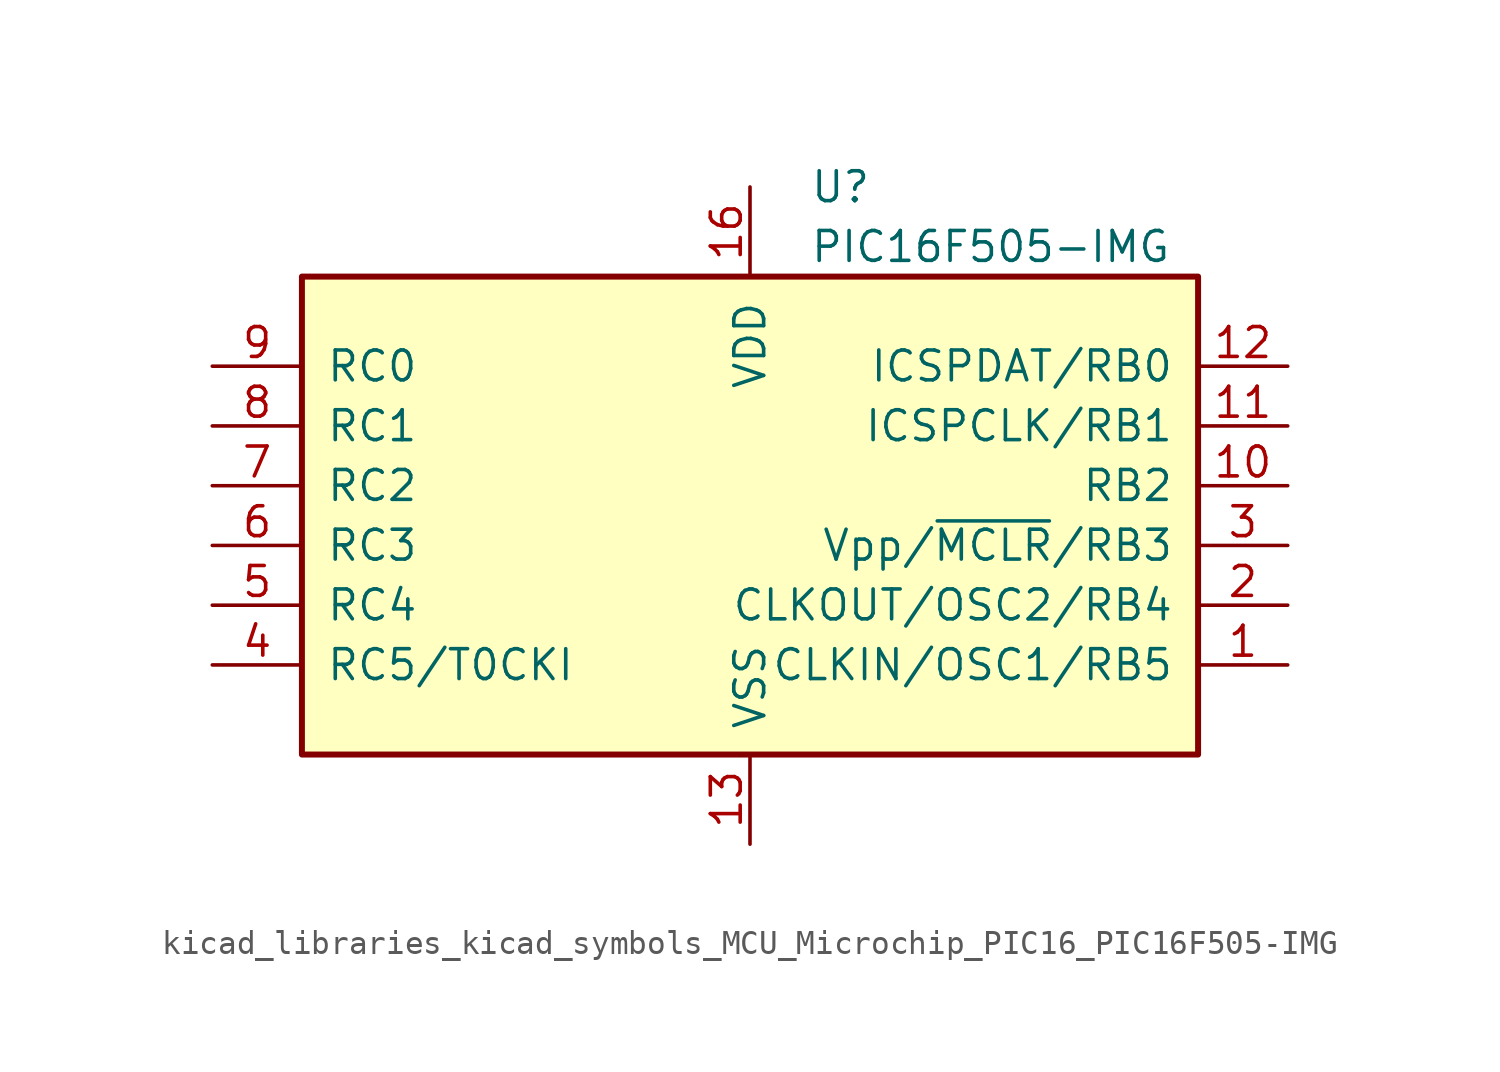
<source format=kicad_sym>
(kicad_symbol_lib
  (version 20220914)
  (generator kicad_symbol_editor)
  (symbol "kicad_libraries_kicad_symbols_MCU_Microchip_PIC16_PIC16F505-IMG"
    (pin_names
      (offset 1.016))
    (property "Reference" "U"
      (at 2.54 12.7 0)
      (effects (font (size 1.27 1.27)) (justify left)))
    (property "Value" "PIC16F505-IMG"
      (at 2.54 10.16 0)
      (effects (font (size 1.27 1.27)) (justify left)))
    (symbol "kicad_libraries_kicad_symbols_MCU_Microchip_PIC16_PIC16F505-IMG_0_1"
      (rectangle (start -19.05 8.89) (end 19.05 -11.43) (stroke (width 0.254) (type default)) (fill (type background))))
    (symbol "kicad_libraries_kicad_symbols_MCU_Microchip_PIC16_PIC16F505-IMG_1_1"
      (pin bidirectional line (at 22.86 -7.62 180) (length 3.81) (name "CLKIN/OSC1/RB5" (effects (font (size 1.27 1.27)))) (number "1" (effects (font (size 1.27 1.27)))))
      (pin bidirectional line (at 22.86 0 180) (length 3.81) (name "RB2" (effects (font (size 1.27 1.27)))) (number "10" (effects (font (size 1.27 1.27)))))
      (pin bidirectional line (at 22.86 2.54 180) (length 3.81) (name "ICSPCLK/RB1" (effects (font (size 1.27 1.27)))) (number "11" (effects (font (size 1.27 1.27)))))
      (pin bidirectional line (at 22.86 5.08 180) (length 3.81) (name "ICSPDAT/RB0" (effects (font (size 1.27 1.27)))) (number "12" (effects (font (size 1.27 1.27)))))
      (pin power_in line (at 0 -15.24 90) (length 3.81) (name "VSS" (effects (font (size 1.27 1.27)))) (number "13" (effects (font (size 1.27 1.27)))))
      (pin power_in line (at 0 12.7 270) (length 3.81) (name "VDD" (effects (font (size 1.27 1.27)))) (number "16" (effects (font (size 1.27 1.27)))))
      (pin bidirectional line (at 22.86 -5.08 180) (length 3.81) (name "CLKOUT/OSC2/RB4" (effects (font (size 1.27 1.27)))) (number "2" (effects (font (size 1.27 1.27)))))
      (pin input line (at 22.86 -2.54 180) (length 3.81) (name "Vpp/~{MCLR}/RB3" (effects (font (size 1.27 1.27)))) (number "3" (effects (font (size 1.27 1.27)))))
      (pin bidirectional line (at -22.86 -7.62 0) (length 3.81) (name "RC5/T0CKI" (effects (font (size 1.27 1.27)))) (number "4" (effects (font (size 1.27 1.27)))))
      (pin bidirectional line (at -22.86 -5.08 0) (length 3.81) (name "RC4" (effects (font (size 1.27 1.27)))) (number "5" (effects (font (size 1.27 1.27)))))
      (pin bidirectional line (at -22.86 -2.54 0) (length 3.81) (name "RC3" (effects (font (size 1.27 1.27)))) (number "6" (effects (font (size 1.27 1.27)))))
      (pin bidirectional line (at -22.86 0 0) (length 3.81) (name "RC2" (effects (font (size 1.27 1.27)))) (number "7" (effects (font (size 1.27 1.27)))))
      (pin bidirectional line (at -22.86 2.54 0) (length 3.81) (name "RC1" (effects (font (size 1.27 1.27)))) (number "8" (effects (font (size 1.27 1.27)))))
      (pin bidirectional line (at -22.86 5.08 0) (length 3.81) (name "RC0" (effects (font (size 1.27 1.27)))) (number "9" (effects (font (size 1.27 1.27))))))))
</source>
